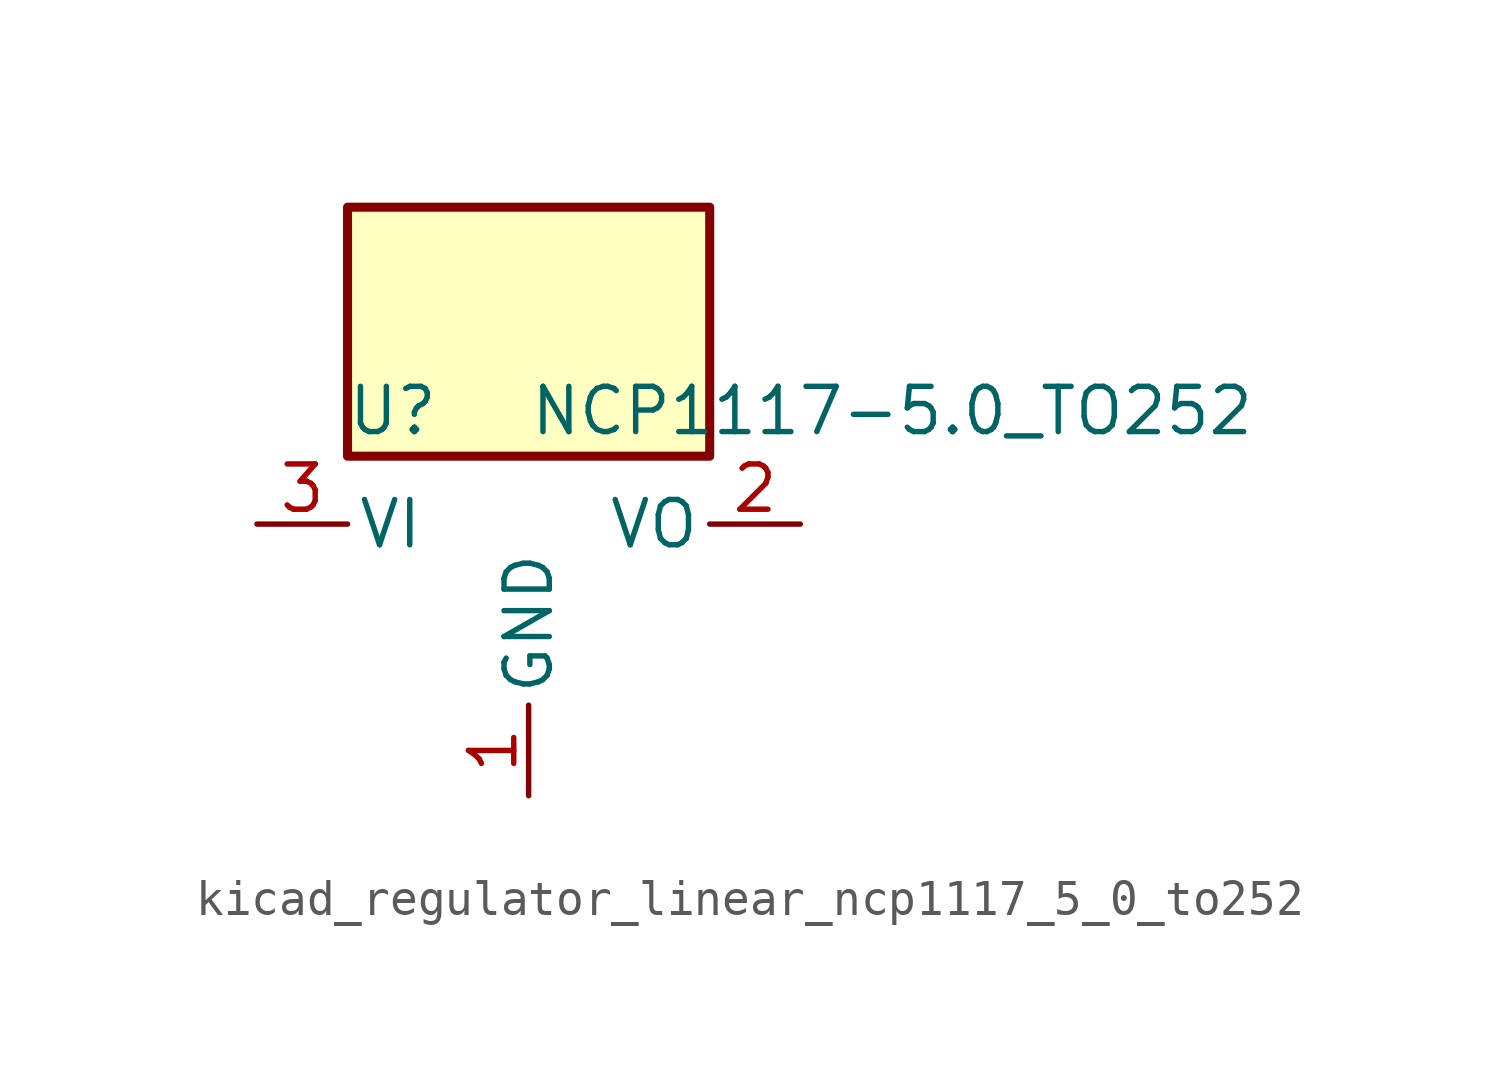
<source format=kicad_sym>
(kicad_symbol_lib
  (version 20220914)
  (generator kicad_symbol_editor)
  (symbol "kicad_regulator_linear_ncp1117_5_0_to252"
    (pin_names
      (offset 0.254))
    (property "Reference" "U"
      (at -3.81 3.175 0)
      (effects (font (size 1.27 1.27))))
    (property "Value" "NCP1117-5.0_TO252"
      (at 0 3.175 0)
      (effects (font (size 1.27 1.27)) (justify left)))
    (symbol "kicad_regulator_linear_ncp1117_5_0_to252_0_1"
      (rectangle (start 5.08 8.89) (end -5.08 1.905) (stroke (width 0.254) (type default)) (fill (type background))))
    (symbol "kicad_regulator_linear_ncp1117_5_0_to252_1_1"
      (pin power_in line (at 0 -7.62 90) (length 2.54) (name "GND" (effects (font (size 1.27 1.27)))) (number "1" (effects (font (size 1.27 1.27)))))
      (pin power_out line (at 7.62 0 180) (length 2.54) (name "VO" (effects (font (size 1.27 1.27)))) (number "2" (effects (font (size 1.27 1.27)))))
      (pin power_in line (at -7.62 0 0) (length 2.54) (name "VI" (effects (font (size 1.27 1.27)))) (number "3" (effects (font (size 1.27 1.27))))))))
</source>
